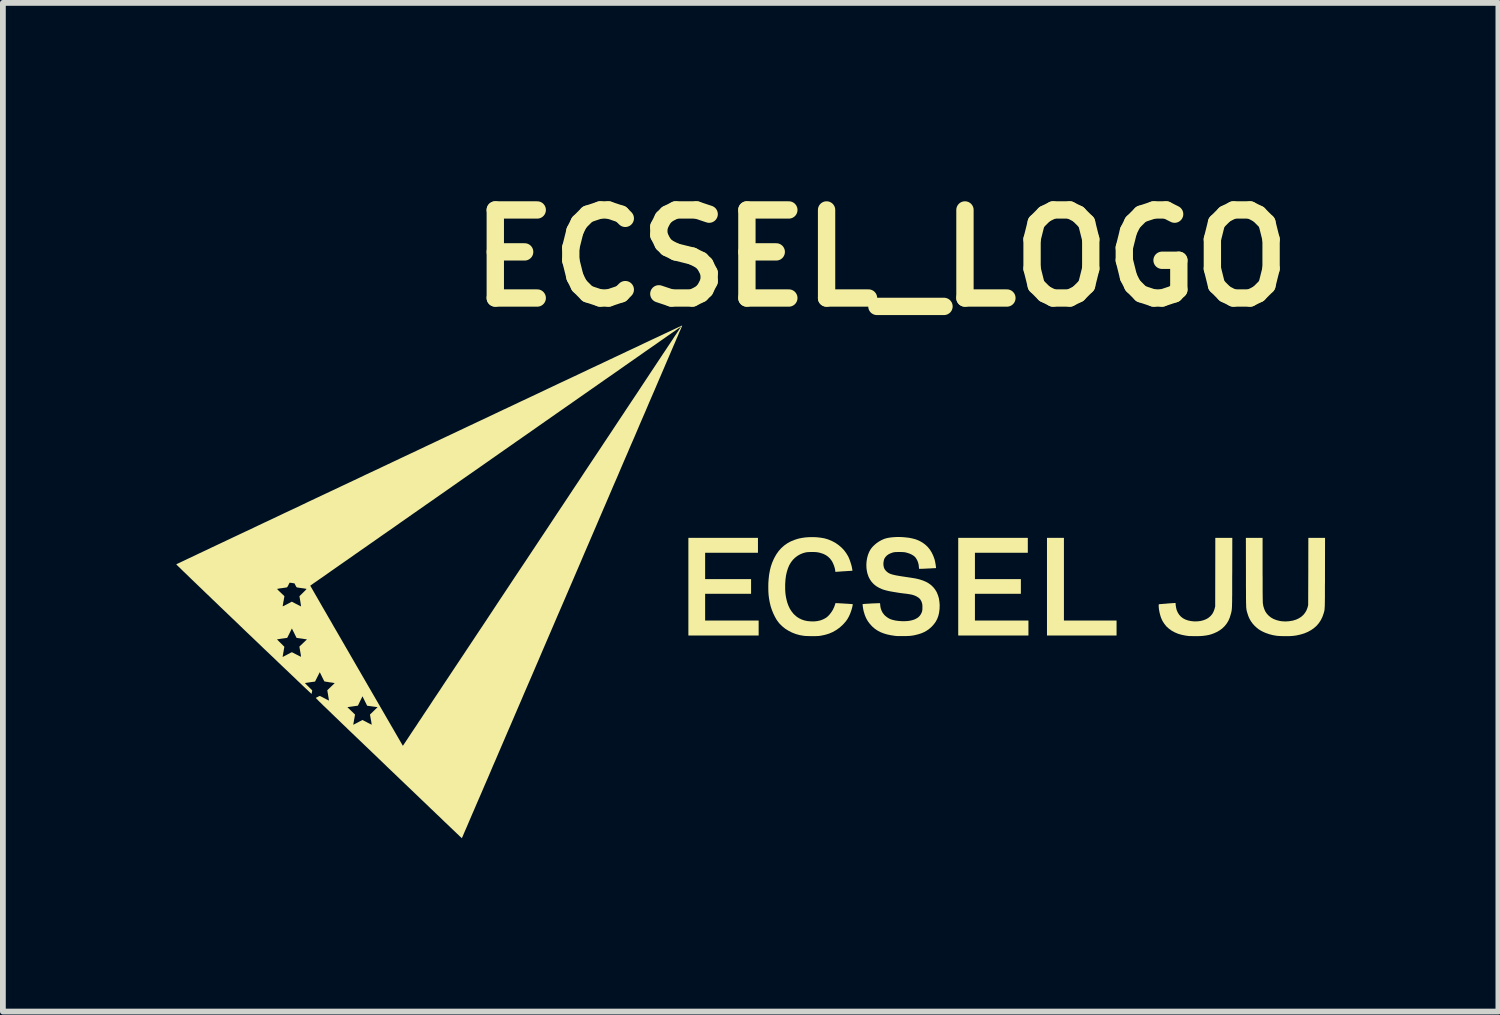
<source format=kicad_pcb>
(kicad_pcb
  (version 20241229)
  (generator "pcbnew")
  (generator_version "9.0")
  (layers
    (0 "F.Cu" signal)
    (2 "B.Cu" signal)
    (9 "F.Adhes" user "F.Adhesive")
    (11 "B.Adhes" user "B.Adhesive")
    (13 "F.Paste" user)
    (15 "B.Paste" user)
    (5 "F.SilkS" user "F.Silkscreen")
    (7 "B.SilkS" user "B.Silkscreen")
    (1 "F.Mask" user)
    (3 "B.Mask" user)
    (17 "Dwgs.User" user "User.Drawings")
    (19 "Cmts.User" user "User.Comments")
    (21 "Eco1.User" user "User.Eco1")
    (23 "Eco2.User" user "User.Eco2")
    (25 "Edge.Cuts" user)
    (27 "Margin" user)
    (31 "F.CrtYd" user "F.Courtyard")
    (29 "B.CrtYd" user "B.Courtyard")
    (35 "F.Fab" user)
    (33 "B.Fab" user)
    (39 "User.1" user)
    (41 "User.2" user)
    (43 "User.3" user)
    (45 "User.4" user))
  (footprint "ECSEL_LOGO"
    (layer "F.Cu")
    (at 9.998 7.018)
    (property "Reference" "ECSEL_LOGO" (at 2.2 -5.6 0) (layer "F.SilkS") (effects (font (size 1.524 1.524) (thickness 0.3))))
    (attr board_only exclude_from_pos_files exclude_from_bom)
    (fp_poly (pts (xy 5.364 0.671) (xy 6.275 0.671) (xy 6.275 0.93) (xy 5.071 0.93) (xy 5.071 -0.76) (xy 5.364 -0.76)) (stroke (width 0) (type solid)) (fill yes) (layer "F.SilkS"))
    (fp_poly (pts (xy 0.069 -0.502) (xy -0.845 -0.502) (xy -0.845 -0.046) (xy -0.05 -0.046) (xy -0.05 0.208) (xy -0.845 0.208) (xy -0.845 0.671) (xy 0.081 0.671) (xy 0.081 0.93) (xy -1.135 0.93) (xy -1.135 -0.76) (xy 0.069 -0.76)) (stroke (width 0) (type solid)) (fill yes) (layer "F.SilkS"))
    (fp_poly (pts (xy 4.739 -0.502) (xy 3.824 -0.502) (xy 3.824 -0.046) (xy 4.619 -0.046) (xy 4.619 0.208) (xy 3.824 0.208) (xy 3.824 0.671) (xy 4.75 0.671) (xy 4.75 0.93) (xy 3.535 0.93) (xy 3.535 -0.76) (xy 4.739 -0.76)) (stroke (width 0) (type solid)) (fill yes) (layer "F.SilkS"))
    (fp_poly (pts (xy 8.277 -0.159) (xy 8.276 -0.078) (xy 8.276 -0.004) (xy 8.276 0.063) (xy 8.276 0.124) (xy 8.276 0.178) (xy 8.276 0.227) (xy 8.275 0.27) (xy 8.275 0.308) (xy 8.275 0.342) (xy 8.274 0.372) (xy 8.273 0.397) (xy 8.273 0.42) (xy 8.272 0.439) (xy 8.271 0.456) (xy 8.27 0.471) (xy 8.268 0.484) (xy 8.267 0.495) (xy 8.265 0.506) (xy 8.263 0.516) (xy 8.261 0.526) (xy 8.259 0.536) (xy 8.256 0.546) (xy 8.253 0.557) (xy 8.252 0.56) (xy 8.234 0.62) (xy 8.211 0.674) (xy 8.181 0.723) (xy 8.146 0.767) (xy 8.106 0.806) (xy 8.059 0.841) (xy 8.005 0.872) (xy 8.004 0.872) (xy 7.962 0.891) (xy 7.919 0.907) (xy 7.874 0.92) (xy 7.826 0.929) (xy 7.774 0.936) (xy 7.717 0.94) (xy 7.654 0.941) (xy 7.635 0.941) (xy 7.608 0.941) (xy 7.583 0.94) (xy 7.561 0.94) (xy 7.543 0.94) (xy 7.531 0.939) (xy 7.527 0.939) (xy 7.517 0.938) (xy 7.501 0.936) (xy 7.483 0.933) (xy 7.471 0.932) (xy 7.403 0.918) (xy 7.34 0.9) (xy 7.281 0.875) (xy 7.228 0.846) (xy 7.18 0.811) (xy 7.137 0.772) (xy 7.101 0.727) (xy 7.07 0.678) (xy 7.062 0.662) (xy 7.045 0.623) (xy 7.031 0.579) (xy 7.019 0.532) (xy 7.01 0.485) (xy 7.005 0.44) (xy 7.004 0.412) (xy 7.004 0.4) (xy 7.006 0.393) (xy 7.009 0.39) (xy 7.016 0.388) (xy 7.017 0.388) (xy 7.023 0.387) (xy 7.036 0.386) (xy 7.054 0.385) (xy 7.076 0.383) (xy 7.102 0.381) (xy 7.13 0.379) (xy 7.158 0.376) (xy 7.187 0.374) (xy 7.214 0.372) (xy 7.239 0.37) (xy 7.261 0.369) (xy 7.277 0.367) (xy 7.289 0.367) (xy 7.293 0.367) (xy 7.296 0.37) (xy 7.297 0.381) (xy 7.297 0.383) (xy 7.298 0.4) (xy 7.301 0.422) (xy 7.305 0.446) (xy 7.31 0.468) (xy 7.315 0.487) (xy 7.316 0.491) (xy 7.335 0.534) (xy 7.359 0.571) (xy 7.389 0.604) (xy 7.424 0.631) (xy 7.465 0.653) (xy 7.511 0.669) (xy 7.563 0.68) (xy 7.618 0.686) (xy 7.673 0.685) (xy 7.726 0.679) (xy 7.775 0.667) (xy 7.82 0.65) (xy 7.861 0.627) (xy 7.896 0.598) (xy 7.91 0.584) (xy 7.933 0.555) (xy 7.952 0.52) (xy 7.968 0.479) (xy 7.972 0.465) (xy 7.982 0.426) (xy 7.983 -0.167) (xy 7.984 -0.76) (xy 8.278 -0.76)) (stroke (width 0) (type solid)) (fill yes) (layer "F.SilkS"))
    (fp_poly (pts (xy 8.802 -0.217) (xy 8.802 -0.137) (xy 8.803 -0.063) (xy 8.803 0.007) (xy 8.803 0.072) (xy 8.803 0.13) (xy 8.803 0.183) (xy 8.804 0.23) (xy 8.804 0.271) (xy 8.805 0.305) (xy 8.805 0.332) (xy 8.806 0.352) (xy 8.806 0.365) (xy 8.806 0.367) (xy 8.815 0.421) (xy 8.83 0.47) (xy 8.85 0.515) (xy 8.877 0.554) (xy 8.91 0.589) (xy 8.948 0.619) (xy 8.992 0.644) (xy 9.041 0.663) (xy 9.095 0.677) (xy 9.132 0.683) (xy 9.195 0.687) (xy 9.259 0.683) (xy 9.322 0.673) (xy 9.33 0.671) (xy 9.382 0.655) (xy 9.429 0.633) (xy 9.47 0.607) (xy 9.506 0.575) (xy 9.536 0.538) (xy 9.561 0.496) (xy 9.579 0.45) (xy 9.583 0.436) (xy 9.591 0.403) (xy 9.593 -0.178) (xy 9.594 -0.76) (xy 9.883 -0.76) (xy 9.882 -0.153) (xy 9.882 -0.072) (xy 9.882 0.001) (xy 9.881 0.068) (xy 9.881 0.129) (xy 9.881 0.183) (xy 9.881 0.231) (xy 9.881 0.274) (xy 9.88 0.312) (xy 9.88 0.345) (xy 9.879 0.374) (xy 9.879 0.399) (xy 9.878 0.421) (xy 9.877 0.44) (xy 9.876 0.456) (xy 9.875 0.47) (xy 9.874 0.482) (xy 9.873 0.492) (xy 9.871 0.502) (xy 9.869 0.51) (xy 9.867 0.518) (xy 9.865 0.527) (xy 9.862 0.535) (xy 9.859 0.545) (xy 9.858 0.55) (xy 9.837 0.609) (xy 9.81 0.664) (xy 9.777 0.714) (xy 9.738 0.76) (xy 9.693 0.8) (xy 9.642 0.836) (xy 9.586 0.867) (xy 9.524 0.893) (xy 9.458 0.913) (xy 9.386 0.929) (xy 9.336 0.936) (xy 9.311 0.938) (xy 9.281 0.94) (xy 9.246 0.941) (xy 9.209 0.941) (xy 9.171 0.941) (xy 9.134 0.94) (xy 9.101 0.939) (xy 9.072 0.937) (xy 9.054 0.936) (xy 8.982 0.924) (xy 8.913 0.906) (xy 8.849 0.883) (xy 8.815 0.868) (xy 8.772 0.846) (xy 8.734 0.822) (xy 8.699 0.794) (xy 8.667 0.765) (xy 8.63 0.724) (xy 8.6 0.683) (xy 8.575 0.639) (xy 8.554 0.591) (xy 8.543 0.555) (xy 8.539 0.544) (xy 8.536 0.533) (xy 8.533 0.524) (xy 8.53 0.514) (xy 8.528 0.505) (xy 8.526 0.496) (xy 8.524 0.485) (xy 8.522 0.474) (xy 8.521 0.46) (xy 8.519 0.445) (xy 8.518 0.428) (xy 8.518 0.408) (xy 8.517 0.384) (xy 8.516 0.357) (xy 8.516 0.326) (xy 8.515 0.291) (xy 8.515 0.251) (xy 8.515 0.206) (xy 8.515 0.156) (xy 8.514 0.099) (xy 8.514 0.037) (xy 8.514 -0.033) (xy 8.514 -0.109) (xy 8.514 -0.161) (xy 8.513 -0.76) (xy 8.802 -0.76)) (stroke (width 0) (type solid)) (fill yes) (layer "F.SilkS"))
    (fp_poly (pts (xy 1.09 -0.77) (xy 1.153 -0.763) (xy 1.213 -0.753) (xy 1.267 -0.738) (xy 1.285 -0.732) (xy 1.348 -0.706) (xy 1.407 -0.675) (xy 1.462 -0.637) (xy 1.512 -0.595) (xy 1.557 -0.548) (xy 1.596 -0.496) (xy 1.629 -0.442) (xy 1.636 -0.427) (xy 1.648 -0.4) (xy 1.66 -0.369) (xy 1.671 -0.335) (xy 1.682 -0.301) (xy 1.691 -0.268) (xy 1.697 -0.237) (xy 1.702 -0.211) (xy 1.703 -0.205) (xy 1.704 -0.191) (xy 1.578 -0.183) (xy 1.547 -0.181) (xy 1.517 -0.179) (xy 1.49 -0.177) (xy 1.466 -0.175) (xy 1.448 -0.174) (xy 1.435 -0.173) (xy 1.431 -0.173) (xy 1.409 -0.171) (xy 1.407 -0.191) (xy 1.399 -0.234) (xy 1.385 -0.279) (xy 1.367 -0.323) (xy 1.346 -0.362) (xy 1.342 -0.367) (xy 1.314 -0.404) (xy 1.281 -0.435) (xy 1.244 -0.461) (xy 1.202 -0.482) (xy 1.154 -0.498) (xy 1.123 -0.506) (xy 1.107 -0.509) (xy 1.092 -0.511) (xy 1.077 -0.513) (xy 1.059 -0.514) (xy 1.037 -0.515) (xy 1.009 -0.515) (xy 1.003 -0.515) (xy 0.975 -0.515) (xy 0.952 -0.514) (xy 0.934 -0.513) (xy 0.919 -0.512) (xy 0.906 -0.51) (xy 0.892 -0.507) (xy 0.889 -0.507) (xy 0.842 -0.493) (xy 0.799 -0.475) (xy 0.759 -0.452) (xy 0.756 -0.451) (xy 0.713 -0.418) (xy 0.674 -0.38) (xy 0.64 -0.336) (xy 0.611 -0.287) (xy 0.588 -0.233) (xy 0.569 -0.172) (xy 0.554 -0.106) (xy 0.545 -0.035) (xy 0.54 0.043) (xy 0.54 0.083) (xy 0.54 0.128) (xy 0.542 0.168) (xy 0.545 0.205) (xy 0.55 0.242) (xy 0.557 0.28) (xy 0.558 0.286) (xy 0.574 0.352) (xy 0.596 0.413) (xy 0.622 0.468) (xy 0.654 0.517) (xy 0.69 0.561) (xy 0.732 0.598) (xy 0.741 0.606) (xy 0.782 0.632) (xy 0.825 0.653) (xy 0.872 0.669) (xy 0.924 0.68) (xy 0.98 0.685) (xy 0.986 0.686) (xy 1.044 0.686) (xy 1.099 0.68) (xy 1.151 0.668) (xy 1.198 0.65) (xy 1.241 0.627) (xy 1.252 0.62) (xy 1.283 0.594) (xy 1.313 0.561) (xy 1.341 0.524) (xy 1.366 0.484) (xy 1.386 0.441) (xy 1.402 0.399) (xy 1.403 0.395) (xy 1.41 0.37) (xy 1.429 0.37) (xy 1.44 0.371) (xy 1.457 0.371) (xy 1.478 0.372) (xy 1.503 0.374) (xy 1.53 0.375) (xy 1.558 0.377) (xy 1.587 0.379) (xy 1.615 0.38) (xy 1.641 0.382) (xy 1.664 0.384) (xy 1.684 0.385) (xy 1.698 0.387) (xy 1.707 0.387) (xy 1.709 0.388) (xy 1.71 0.393) (xy 1.708 0.404) (xy 1.705 0.42) (xy 1.701 0.439) (xy 1.695 0.461) (xy 1.689 0.483) (xy 1.682 0.504) (xy 1.663 0.557) (xy 1.641 0.604) (xy 1.617 0.647) (xy 1.588 0.687) (xy 1.554 0.726) (xy 1.536 0.745) (xy 1.483 0.793) (xy 1.426 0.834) (xy 1.365 0.869) (xy 1.3 0.897) (xy 1.231 0.918) (xy 1.159 0.933) (xy 1.125 0.938) (xy 1.105 0.939) (xy 1.08 0.94) (xy 1.05 0.941) (xy 1.018 0.941) (xy 0.984 0.941) (xy 0.951 0.94) (xy 0.92 0.939) (xy 0.892 0.938) (xy 0.87 0.936) (xy 0.861 0.935) (xy 0.791 0.923) (xy 0.723 0.904) (xy 0.659 0.879) (xy 0.598 0.848) (xy 0.542 0.813) (xy 0.491 0.772) (xy 0.445 0.727) (xy 0.426 0.704) (xy 0.392 0.658) (xy 0.362 0.605) (xy 0.334 0.547) (xy 0.309 0.485) (xy 0.288 0.42) (xy 0.272 0.352) (xy 0.261 0.291) (xy 0.253 0.228) (xy 0.249 0.161) (xy 0.248 0.091) (xy 0.249 0.021) (xy 0.254 -0.048) (xy 0.261 -0.114) (xy 0.265 -0.139) (xy 0.278 -0.207) (xy 0.294 -0.269) (xy 0.315 -0.33) (xy 0.341 -0.39) (xy 0.351 -0.411) (xy 0.386 -0.473) (xy 0.426 -0.53) (xy 0.471 -0.581) (xy 0.521 -0.626) (xy 0.576 -0.665) (xy 0.636 -0.698) (xy 0.701 -0.725) (xy 0.771 -0.747) (xy 0.83 -0.759) (xy 0.893 -0.768) (xy 0.959 -0.772) (xy 1.025 -0.773)) (stroke (width 0) (type solid)) (fill yes) (layer "F.SilkS"))
    (fp_poly (pts (xy 2.567 -0.773) (xy 2.626 -0.768) (xy 2.684 -0.761) (xy 2.74 -0.75) (xy 2.74 -0.75) (xy 2.803 -0.733) (xy 2.861 -0.709) (xy 2.915 -0.679) (xy 2.963 -0.644) (xy 3.007 -0.603) (xy 3.045 -0.556) (xy 3.077 -0.504) (xy 3.104 -0.447) (xy 3.126 -0.386) (xy 3.135 -0.347) (xy 3.137 -0.336) (xy 3.14 -0.32) (xy 3.143 -0.302) (xy 3.146 -0.284) (xy 3.148 -0.266) (xy 3.15 -0.252) (xy 3.151 -0.241) (xy 3.151 -0.237) (xy 3.151 -0.237) (xy 3.148 -0.236) (xy 3.137 -0.236) (xy 3.121 -0.235) (xy 3.1 -0.234) (xy 3.076 -0.233) (xy 3.049 -0.231) (xy 3.021 -0.23) (xy 2.993 -0.229) (xy 2.966 -0.227) (xy 2.94 -0.226) (xy 2.917 -0.225) (xy 2.898 -0.224) (xy 2.884 -0.224) (xy 2.877 -0.224) (xy 2.877 -0.224) (xy 2.857 -0.224) (xy 2.854 -0.258) (xy 2.849 -0.3) (xy 2.838 -0.34) (xy 2.823 -0.376) (xy 2.804 -0.408) (xy 2.792 -0.424) (xy 2.767 -0.447) (xy 2.736 -0.467) (xy 2.699 -0.485) (xy 2.658 -0.499) (xy 2.628 -0.507) (xy 2.614 -0.51) (xy 2.6 -0.512) (xy 2.585 -0.513) (xy 2.567 -0.514) (xy 2.544 -0.515) (xy 2.516 -0.515) (xy 2.512 -0.515) (xy 2.484 -0.515) (xy 2.462 -0.514) (xy 2.445 -0.514) (xy 2.432 -0.512) (xy 2.42 -0.51) (xy 2.408 -0.508) (xy 2.402 -0.506) (xy 2.362 -0.492) (xy 2.327 -0.474) (xy 2.297 -0.452) (xy 2.274 -0.427) (xy 2.256 -0.398) (xy 2.247 -0.369) (xy 2.24 -0.325) (xy 2.241 -0.285) (xy 2.248 -0.249) (xy 2.257 -0.226) (xy 2.273 -0.201) (xy 2.295 -0.178) (xy 2.321 -0.157) (xy 2.343 -0.145) (xy 2.358 -0.138) (xy 2.375 -0.132) (xy 2.394 -0.126) (xy 2.416 -0.12) (xy 2.443 -0.114) (xy 2.473 -0.108) (xy 2.509 -0.102) (xy 2.55 -0.095) (xy 2.597 -0.088) (xy 2.65 -0.08) (xy 2.71 -0.071) (xy 2.724 -0.069) (xy 2.797 -0.057) (xy 2.864 -0.041) (xy 2.923 -0.022) (xy 2.977 0.001) (xy 3.025 0.028) (xy 3.067 0.059) (xy 3.103 0.094) (xy 3.134 0.133) (xy 3.161 0.177) (xy 3.164 0.184) (xy 3.184 0.232) (xy 3.2 0.286) (xy 3.209 0.343) (xy 3.214 0.403) (xy 3.212 0.465) (xy 3.211 0.479) (xy 3.203 0.539) (xy 3.19 0.593) (xy 3.171 0.643) (xy 3.147 0.689) (xy 3.116 0.732) (xy 3.079 0.774) (xy 3.071 0.782) (xy 3.032 0.816) (xy 2.991 0.845) (xy 2.947 0.87) (xy 2.899 0.891) (xy 2.846 0.908) (xy 2.787 0.923) (xy 2.755 0.929) (xy 2.737 0.932) (xy 2.721 0.934) (xy 2.705 0.936) (xy 2.689 0.937) (xy 2.669 0.938) (xy 2.646 0.939) (xy 2.618 0.94) (xy 2.591 0.94) (xy 2.545 0.94) (xy 2.505 0.94) (xy 2.473 0.939) (xy 2.448 0.937) (xy 2.441 0.936) (xy 2.368 0.925) (xy 2.303 0.911) (xy 2.243 0.893) (xy 2.188 0.871) (xy 2.139 0.845) (xy 2.093 0.814) (xy 2.052 0.779) (xy 2.045 0.772) (xy 2.004 0.727) (xy 1.969 0.68) (xy 1.941 0.63) (xy 1.918 0.575) (xy 1.901 0.518) (xy 1.896 0.5) (xy 1.892 0.48) (xy 1.888 0.458) (xy 1.885 0.437) (xy 1.882 0.418) (xy 1.881 0.403) (xy 1.88 0.392) (xy 1.881 0.387) (xy 1.885 0.386) (xy 1.896 0.385) (xy 1.913 0.383) (xy 1.934 0.382) (xy 1.959 0.38) (xy 1.987 0.379) (xy 2.016 0.377) (xy 2.045 0.375) (xy 2.074 0.374) (xy 2.102 0.373) (xy 2.127 0.372) (xy 2.148 0.371) (xy 2.165 0.371) (xy 2.176 0.371) (xy 2.181 0.371) (xy 2.181 0.371) (xy 2.182 0.377) (xy 2.184 0.388) (xy 2.185 0.402) (xy 2.185 0.408) (xy 2.192 0.453) (xy 2.206 0.495) (xy 2.226 0.535) (xy 2.254 0.571) (xy 2.265 0.583) (xy 2.295 0.608) (xy 2.327 0.63) (xy 2.364 0.648) (xy 2.405 0.661) (xy 2.45 0.671) (xy 2.502 0.678) (xy 2.56 0.682) (xy 2.566 0.682) (xy 2.618 0.682) (xy 2.663 0.679) (xy 2.704 0.673) (xy 2.742 0.664) (xy 2.778 0.652) (xy 2.803 0.64) (xy 2.838 0.619) (xy 2.866 0.593) (xy 2.888 0.562) (xy 2.905 0.527) (xy 2.908 0.515) (xy 2.912 0.501) (xy 2.914 0.484) (xy 2.915 0.463) (xy 2.915 0.442) (xy 2.915 0.412) (xy 2.912 0.387) (xy 2.907 0.365) (xy 2.9 0.345) (xy 2.889 0.323) (xy 2.873 0.298) (xy 2.849 0.276) (xy 2.819 0.257) (xy 2.804 0.249) (xy 2.787 0.241) (xy 2.77 0.235) (xy 2.753 0.229) (xy 2.734 0.224) (xy 2.712 0.219) (xy 2.686 0.215) (xy 2.655 0.21) (xy 2.618 0.205) (xy 2.597 0.203) (xy 2.521 0.193) (xy 2.453 0.182) (xy 2.392 0.172) (xy 2.338 0.162) (xy 2.292 0.151) (xy 2.252 0.14) (xy 2.222 0.13) (xy 2.168 0.106) (xy 2.118 0.077) (xy 2.075 0.043) (xy 2.038 0.004) (xy 2.008 -0.039) (xy 1.983 -0.087) (xy 1.965 -0.139) (xy 1.956 -0.175) (xy 1.947 -0.236) (xy 1.945 -0.296) (xy 1.949 -0.356) (xy 1.959 -0.414) (xy 1.974 -0.468) (xy 1.995 -0.52) (xy 2.02 -0.564) (xy 2.047 -0.599) (xy 2.081 -0.633) (xy 2.119 -0.666) (xy 2.161 -0.695) (xy 2.205 -0.72) (xy 2.25 -0.74) (xy 2.258 -0.743) (xy 2.298 -0.755) (xy 2.345 -0.764) (xy 2.396 -0.77) (xy 2.451 -0.774) (xy 2.509 -0.775)) (stroke (width 0) (type solid)) (fill yes) (layer "F.SilkS"))
    (fp_poly (pts (xy -1.243 -4.431) (xy -1.244 -4.429) (xy -1.246 -4.424) (xy -1.251 -4.413) (xy -1.258 -4.394) (xy -1.269 -4.369) (xy -1.283 -4.338) (xy -1.299 -4.301) (xy -1.317 -4.257) (xy -1.339 -4.207) (xy -1.362 -4.152) (xy -1.389 -4.091) (xy -1.417 -4.025) (xy -1.448 -3.953) (xy -1.481 -3.876) (xy -1.516 -3.795) (xy -1.553 -3.708) (xy -1.592 -3.617) (xy -1.633 -3.522) (xy -1.676 -3.422) (xy -1.72 -3.318) (xy -1.767 -3.21) (xy -1.815 -3.099) (xy -1.864 -2.983) (xy -1.915 -2.865) (xy -1.968 -2.743) (xy -2.021 -2.618) (xy -2.076 -2.489) (xy -2.133 -2.359) (xy -2.19 -2.225) (xy -2.249 -2.089) (xy -2.308 -1.951) (xy -2.368 -1.81) (xy -2.43 -1.668) (xy -2.492 -1.523) (xy -2.554 -1.378) (xy -2.618 -1.23) (xy -2.682 -1.081) (xy -2.746 -0.931) (xy -2.811 -0.78) (xy -2.876 -0.629) (xy -2.942 -0.476) (xy -3.007 -0.323) (xy -3.073 -0.17) (xy -3.139 -0.016) (xy -3.205 0.137) (xy -3.271 0.291) (xy -3.337 0.444) (xy -3.403 0.596) (xy -3.468 0.748) (xy -3.533 0.899) (xy -3.598 1.05) (xy -3.662 1.199) (xy -3.725 1.347) (xy -3.788 1.493) (xy -3.85 1.638) (xy -3.912 1.781) (xy -3.973 1.922) (xy -4.032 2.061) (xy -4.091 2.197) (xy -4.149 2.332) (xy -4.205 2.463) (xy -4.261 2.592) (xy -4.315 2.718) (xy -4.368 2.841) (xy -4.419 2.96) (xy -4.469 3.077) (xy -4.518 3.189) (xy -4.564 3.298) (xy -4.609 3.403) (xy -4.653 3.504) (xy -4.694 3.6) (xy -4.734 3.693) (xy -4.772 3.78) (xy -4.808 3.863) (xy -4.841 3.941) (xy -4.873 4.014) (xy -4.902 4.082) (xy -4.929 4.145) (xy -4.953 4.201) (xy -4.975 4.253) (xy -4.995 4.298) (xy -5.012 4.337) (xy -5.026 4.37) (xy -5.037 4.397) (xy -5.046 4.417) (xy -5.052 4.43) (xy -5.055 4.437) (xy -5.055 4.438) (xy -5.058 4.435) (xy -5.066 4.427) (xy -5.08 4.415) (xy -5.098 4.398) (xy -5.12 4.376) (xy -5.147 4.351) (xy -5.178 4.321) (xy -5.213 4.288) (xy -5.251 4.252) (xy -5.292 4.212) (xy -5.337 4.17) (xy -5.384 4.125) (xy -5.433 4.077) (xy -5.485 4.028) (xy -5.539 3.976) (xy -5.594 3.924) (xy -5.636 3.883) (xy -5.763 3.762) (xy -5.884 3.646) (xy -6 3.535) (xy -6.111 3.429) (xy -6.216 3.328) (xy -6.317 3.232) (xy -6.412 3.14) (xy -6.503 3.053) (xy -6.589 2.97) (xy -6.671 2.892) (xy -6.748 2.818) (xy -6.821 2.748) (xy -6.89 2.682) (xy -6.955 2.62) (xy -7.016 2.562) (xy -7.072 2.507) (xy -7.126 2.456) (xy -7.175 2.408) (xy -7.221 2.364) (xy -7.264 2.323) (xy -7.303 2.285) (xy -7.339 2.25) (xy -7.372 2.218) (xy -7.402 2.189) (xy -7.422 2.17) (xy -7.036 2.17) (xy -6.97 2.234) (xy -6.904 2.298) (xy -6.917 2.373) (xy -6.922 2.397) (xy -6.925 2.419) (xy -6.929 2.438) (xy -6.931 2.453) (xy -6.933 2.461) (xy -6.933 2.461) (xy -6.934 2.47) (xy -6.933 2.474) (xy -6.932 2.474) (xy -6.928 2.472) (xy -6.919 2.467) (xy -6.904 2.46) (xy -6.886 2.45) (xy -6.864 2.439) (xy -6.853 2.433) (xy -6.831 2.421) (xy -6.811 2.411) (xy -6.795 2.403) (xy -6.783 2.396) (xy -6.776 2.393) (xy -6.775 2.393) (xy -6.771 2.394) (xy -6.761 2.399) (xy -6.747 2.407) (xy -6.728 2.416) (xy -6.707 2.427) (xy -6.695 2.434) (xy -6.673 2.445) (xy -6.653 2.455) (xy -6.636 2.464) (xy -6.624 2.47) (xy -6.617 2.473) (xy -6.616 2.473) (xy -6.616 2.469) (xy -6.618 2.458) (xy -6.62 2.442) (xy -6.623 2.422) (xy -6.627 2.398) (xy -6.63 2.385) (xy -6.645 2.298) (xy -6.579 2.234) (xy -6.513 2.17) (xy -6.694 2.145) (xy -6.735 2.063) (xy -6.775 1.982) (xy -6.815 2.063) (xy -6.854 2.144) (xy -6.945 2.157) (xy -7.036 2.17) (xy -7.422 2.17) (xy -7.43 2.162) (xy -7.455 2.139) (xy -7.477 2.117) (xy -7.496 2.098) (xy -7.514 2.081) (xy -7.529 2.066) (xy -7.542 2.053) (xy -7.552 2.042) (xy -7.561 2.033) (xy -7.569 2.026) (xy -7.574 2.02) (xy -7.578 2.015) (xy -7.581 2.012) (xy -7.582 2.011) (xy -7.582 2.01) (xy -7.575 2.006) (xy -7.564 1.999) (xy -7.55 1.993) (xy -7.537 1.986) (xy -7.525 1.98) (xy -7.516 1.977) (xy -7.514 1.976) (xy -7.509 1.978) (xy -7.499 1.982) (xy -7.484 1.99) (xy -7.465 1.999) (xy -7.444 2.011) (xy -7.433 2.016) (xy -7.411 2.028) (xy -7.392 2.038) (xy -7.375 2.046) (xy -7.364 2.052) (xy -7.357 2.055) (xy -7.356 2.055) (xy -7.356 2.051) (xy -7.357 2.04) (xy -7.36 2.024) (xy -7.363 2.004) (xy -7.367 1.98) (xy -7.369 1.966) (xy -7.384 1.878) (xy -7.319 1.815) (xy -7.3 1.797) (xy -7.284 1.782) (xy -7.271 1.769) (xy -7.262 1.759) (xy -7.257 1.753) (xy -7.257 1.752) (xy -7.263 1.751) (xy -7.275 1.75) (xy -7.291 1.747) (xy -7.311 1.744) (xy -7.333 1.741) (xy -7.355 1.738) (xy -7.377 1.734) (xy -7.398 1.731) (xy -7.414 1.728) (xy -7.427 1.726) (xy -7.433 1.725) (xy -7.434 1.725) (xy -7.436 1.721) (xy -7.441 1.711) (xy -7.449 1.697) (xy -7.458 1.678) (xy -7.469 1.657) (xy -7.475 1.644) (xy -7.514 1.565) (xy -7.555 1.646) (xy -7.596 1.727) (xy -7.683 1.739) (xy -7.707 1.743) (xy -7.73 1.746) (xy -7.748 1.749) (xy -7.762 1.751) (xy -7.769 1.753) (xy -7.771 1.753) (xy -7.768 1.756) (xy -7.761 1.764) (xy -7.75 1.775) (xy -7.736 1.79) (xy -7.719 1.806) (xy -7.708 1.817) (xy -7.645 1.879) (xy -7.649 1.907) (xy -7.652 1.922) (xy -7.654 1.933) (xy -7.656 1.94) (xy -7.656 1.94) (xy -7.659 1.938) (xy -7.667 1.931) (xy -7.681 1.918) (xy -7.699 1.901) (xy -7.722 1.879) (xy -7.749 1.854) (xy -7.781 1.824) (xy -7.817 1.79) (xy -7.856 1.752) (xy -7.899 1.712) (xy -7.945 1.667) (xy -7.995 1.62) (xy -8.047 1.57) (xy -8.102 1.518) (xy -8.16 1.463) (xy -8.22 1.406) (xy -8.281 1.347) (xy -8.345 1.286) (xy -8.41 1.224) (xy -8.477 1.161) (xy -8.544 1.096) (xy -8.613 1.03) (xy -8.648 0.997) (xy -8.255 0.997) (xy -8.127 1.125) (xy -8.141 1.206) (xy -8.145 1.23) (xy -8.149 1.253) (xy -8.152 1.271) (xy -8.155 1.285) (xy -8.156 1.293) (xy -8.156 1.294) (xy -8.157 1.299) (xy -8.156 1.3) (xy -8.152 1.299) (xy -8.142 1.294) (xy -8.127 1.286) (xy -8.109 1.277) (xy -8.088 1.266) (xy -8.077 1.26) (xy -8.054 1.248) (xy -8.034 1.238) (xy -8.018 1.229) (xy -8.005 1.223) (xy -7.998 1.22) (xy -7.997 1.219) (xy -7.993 1.221) (xy -7.983 1.226) (xy -7.968 1.233) (xy -7.95 1.243) (xy -7.928 1.254) (xy -7.917 1.26) (xy -7.895 1.271) (xy -7.875 1.281) (xy -7.858 1.29) (xy -7.846 1.295) (xy -7.839 1.298) (xy -7.838 1.299) (xy -7.839 1.295) (xy -7.84 1.284) (xy -7.842 1.268) (xy -7.845 1.248) (xy -7.849 1.224) (xy -7.852 1.21) (xy -7.867 1.122) (xy -7.736 0.997) (xy -7.764 0.993) (xy -7.779 0.991) (xy -7.798 0.988) (xy -7.821 0.984) (xy -7.845 0.981) (xy -7.854 0.98) (xy -7.916 0.971) (xy -7.956 0.89) (xy -7.997 0.808) (xy -8.037 0.89) (xy -8.078 0.971) (xy -8.127 0.978) (xy -8.15 0.981) (xy -8.176 0.985) (xy -8.2 0.988) (xy -8.215 0.991) (xy -8.255 0.997) (xy -8.648 0.997) (xy -8.682 0.964) (xy -8.752 0.898) (xy -8.822 0.831) (xy -8.891 0.764) (xy -8.961 0.697) (xy -9.03 0.631) (xy -9.099 0.565) (xy -9.167 0.5) (xy -9.234 0.436) (xy -9.299 0.373) (xy -9.363 0.312) (xy -9.425 0.252) (xy -9.485 0.195) (xy -9.543 0.139) (xy -9.557 0.125) (xy -8.25 0.125) (xy -8.248 0.129) (xy -8.244 0.135) (xy -8.236 0.144) (xy -8.223 0.156) (xy -8.206 0.173) (xy -8.191 0.187) (xy -8.126 0.249) (xy -8.14 0.33) (xy -8.145 0.355) (xy -8.148 0.377) (xy -8.152 0.396) (xy -8.154 0.411) (xy -8.156 0.419) (xy -8.156 0.42) (xy -8.156 0.423) (xy -8.155 0.424) (xy -8.15 0.423) (xy -8.142 0.42) (xy -8.129 0.414) (xy -8.111 0.404) (xy -8.097 0.397) (xy -8.076 0.386) (xy -8.055 0.375) (xy -8.037 0.366) (xy -8.024 0.358) (xy -8.017 0.355) (xy -7.998 0.344) (xy -7.919 0.386) (xy -7.896 0.397) (xy -7.876 0.408) (xy -7.859 0.416) (xy -7.847 0.422) (xy -7.84 0.426) (xy -7.838 0.426) (xy -7.838 0.422) (xy -7.84 0.412) (xy -7.842 0.396) (xy -7.845 0.375) (xy -7.849 0.352) (xy -7.851 0.337) (xy -7.866 0.25) (xy -7.802 0.187) (xy -7.781 0.166) (xy -7.766 0.151) (xy -7.755 0.139) (xy -7.748 0.131) (xy -7.745 0.126) (xy -7.744 0.123) (xy -7.746 0.122) (xy -7.746 0.122) (xy -7.753 0.121) (xy -7.765 0.119) (xy -7.783 0.116) (xy -7.804 0.113) (xy -7.826 0.11) (xy -7.849 0.107) (xy -7.871 0.104) (xy -7.888 0.101) (xy -7.901 0.099) (xy -7.907 0.098) (xy -7.913 0.096) (xy -7.918 0.09) (xy -7.925 0.08) (xy -7.931 0.068) (xy -7.679 0.068) (xy -7.677 0.071) (xy -7.671 0.081) (xy -7.662 0.097) (xy -7.649 0.119) (xy -7.633 0.147) (xy -7.614 0.18) (xy -7.592 0.219) (xy -7.566 0.263) (xy -7.538 0.312) (xy -7.507 0.366) (xy -7.474 0.424) (xy -7.438 0.486) (xy -7.399 0.553) (xy -7.359 0.623) (xy -7.316 0.696) (xy -7.272 0.774) (xy -7.225 0.854) (xy -7.177 0.937) (xy -7.127 1.023) (xy -7.076 1.112) (xy -7.023 1.203) (xy -6.97 1.295) (xy -6.915 1.39) (xy -6.878 1.454) (xy -6.076 2.839) (xy -6.023 2.76) (xy -6.019 2.753) (xy -6.01 2.74) (xy -5.997 2.721) (xy -5.981 2.696) (xy -5.96 2.665) (xy -5.936 2.628) (xy -5.908 2.586) (xy -5.876 2.538) (xy -5.84 2.485) (xy -5.802 2.426) (xy -5.759 2.363) (xy -5.714 2.294) (xy -5.665 2.221) (xy -5.613 2.143) (xy -5.559 2.06) (xy -5.501 1.973) (xy -5.44 1.882) (xy -5.377 1.786) (xy -5.311 1.687) (xy -5.242 1.583) (xy -5.171 1.476) (xy -5.097 1.365) (xy -5.021 1.251) (xy -4.943 1.133) (xy -4.863 1.013) (xy -4.781 0.889) (xy -4.696 0.762) (xy -4.61 0.632) (xy -4.522 0.499) (xy -4.433 0.364) (xy -4.342 0.227) (xy -4.249 0.087) (xy -4.155 -0.055) (xy -4.059 -0.199) (xy -3.962 -0.344) (xy -3.864 -0.492) (xy -3.765 -0.641) (xy -3.665 -0.792) (xy -3.614 -0.868) (xy -3.514 -1.019) (xy -3.415 -1.169) (xy -3.317 -1.316) (xy -3.22 -1.462) (xy -3.125 -1.606) (xy -3.03 -1.748) (xy -2.938 -1.888) (xy -2.847 -2.025) (xy -2.757 -2.16) (xy -2.669 -2.292) (xy -2.583 -2.422) (xy -2.499 -2.548) (xy -2.417 -2.672) (xy -2.337 -2.793) (xy -2.259 -2.91) (xy -2.184 -3.024) (xy -2.11 -3.135) (xy -2.039 -3.241) (xy -1.971 -3.344) (xy -1.905 -3.444) (xy -1.842 -3.539) (xy -1.782 -3.63) (xy -1.724 -3.717) (xy -1.67 -3.799) (xy -1.618 -3.877) (xy -1.57 -3.95) (xy -1.524 -4.018) (xy -1.482 -4.082) (xy -1.443 -4.14) (xy -1.408 -4.193) (xy -1.377 -4.241) (xy -1.348 -4.284) (xy -1.324 -4.32) (xy -1.303 -4.352) (xy -1.287 -4.377) (xy -1.274 -4.396) (xy -1.265 -4.41) (xy -1.261 -4.417) (xy -1.26 -4.418) (xy -1.263 -4.416) (xy -1.272 -4.409) (xy -1.288 -4.398) (xy -1.309 -4.384) (xy -1.336 -4.365) (xy -1.368 -4.342) (xy -1.406 -4.316) (xy -1.449 -4.286) (xy -1.497 -4.253) (xy -1.549 -4.216) (xy -1.607 -4.176) (xy -1.669 -4.132) (xy -1.735 -4.086) (xy -1.806 -4.037) (xy -1.881 -3.985) (xy -1.959 -3.93) (xy -2.042 -3.872) (xy -2.128 -3.812) (xy -2.217 -3.75) (xy -2.309 -3.685) (xy -2.405 -3.618) (xy -2.504 -3.549) (xy -2.605 -3.479) (xy -2.709 -3.406) (xy -2.815 -3.332) (xy -2.924 -3.256) (xy -3.034 -3.179) (xy -3.147 -3.1) (xy -3.262 -3.02) (xy -3.378 -2.939) (xy -3.495 -2.857) (xy -3.614 -2.774) (xy -3.734 -2.69) (xy -3.855 -2.605) (xy -3.977 -2.52) (xy -4.099 -2.435) (xy -4.222 -2.349) (xy -4.345 -2.263) (xy -4.468 -2.177) (xy -4.592 -2.09) (xy -4.715 -2.004) (xy -4.838 -1.918) (xy -4.96 -1.833) (xy -5.082 -1.748) (xy -5.203 -1.663) (xy -5.323 -1.579) (xy -5.442 -1.496) (xy -5.559 -1.414) (xy -5.676 -1.333) (xy -5.79 -1.253) (xy -5.903 -1.174) (xy -6.013 -1.097) (xy -6.122 -1.021) (xy -6.228 -0.946) (xy -6.332 -0.874) (xy -6.434 -0.803) (xy -6.532 -0.734) (xy -6.628 -0.667) (xy -6.721 -0.602) (xy -6.81 -0.54) (xy -6.896 -0.48) (xy -6.978 -0.422) (xy -7.057 -0.367) (xy -7.132 -0.315) (xy -7.202 -0.266) (xy -7.269 -0.219) (xy -7.331 -0.176) (xy -7.389 -0.135) (xy -7.441 -0.098) (xy -7.489 -0.065) (xy -7.532 -0.035) (xy -7.57 -0.008) (xy -7.603 0.014) (xy -7.63 0.033) (xy -7.651 0.048) (xy -7.666 0.059) (xy -7.676 0.066) (xy -7.679 0.068) (xy -7.931 0.068) (xy -7.933 0.065) (xy -7.934 0.062) (xy -7.951 0.028) (xy -7.993 0.021) (xy -8.01 0.019) (xy -8.024 0.017) (xy -8.033 0.016) (xy -8.036 0.016) (xy -8.038 0.02) (xy -8.043 0.029) (xy -8.05 0.042) (xy -8.057 0.057) (xy -8.066 0.074) (xy -8.073 0.086) (xy -8.078 0.093) (xy -8.083 0.097) (xy -8.087 0.098) (xy -8.095 0.099) (xy -8.108 0.101) (xy -8.126 0.104) (xy -8.148 0.107) (xy -8.168 0.11) (xy -8.191 0.113) (xy -8.211 0.116) (xy -8.229 0.119) (xy -8.241 0.121) (xy -8.247 0.122) (xy -8.249 0.123) (xy -8.25 0.125) (xy -9.557 0.125) (xy -9.598 0.086) (xy -9.651 0.035) (xy -9.701 -0.013) (xy -9.748 -0.058) (xy -9.791 -0.1) (xy -9.831 -0.139) (xy -9.868 -0.174) (xy -9.9 -0.205) (xy -9.928 -0.233) (xy -9.952 -0.256) (xy -9.971 -0.274) (xy -9.985 -0.288) (xy -9.994 -0.298) (xy -9.998 -0.302) (xy -9.998 -0.302) (xy -9.994 -0.304) (xy -9.984 -0.309) (xy -9.967 -0.317) (xy -9.943 -0.328) (xy -9.914 -0.342) (xy -9.878 -0.359) (xy -9.836 -0.379) (xy -9.788 -0.402) (xy -9.734 -0.427) (xy -9.675 -0.455) (xy -9.611 -0.486) (xy -9.541 -0.519) (xy -9.466 -0.554) (xy -9.387 -0.592) (xy -9.302 -0.632) (xy -9.213 -0.674) (xy -9.12 -0.718) (xy -9.023 -0.764) (xy -8.921 -0.812) (xy -8.815 -0.862) (xy -8.706 -0.913) (xy -8.593 -0.967) (xy -8.477 -1.022) (xy -8.357 -1.078) (xy -8.235 -1.136) (xy -8.109 -1.196) (xy -7.98 -1.256) (xy -7.849 -1.318) (xy -7.716 -1.382) (xy -7.58 -1.446) (xy -7.442 -1.511) (xy -7.302 -1.577) (xy -7.16 -1.644) (xy -7.016 -1.712) (xy -6.871 -1.78) (xy -6.725 -1.85) (xy -6.577 -1.919) (xy -6.429 -1.989) (xy -6.279 -2.06) (xy -6.129 -2.131) (xy -5.978 -2.202) (xy -5.827 -2.273) (xy -5.676 -2.345) (xy -5.525 -2.416) (xy -5.373 -2.488) (xy -5.222 -2.559) (xy -5.072 -2.63) (xy -4.922 -2.701) (xy -4.773 -2.771) (xy -4.624 -2.841) (xy -4.477 -2.911) (xy -4.331 -2.98) (xy -4.186 -3.048) (xy -4.043 -3.116) (xy -3.902 -3.182) (xy -3.762 -3.248) (xy -3.625 -3.313) (xy -3.49 -3.377) (xy -3.357 -3.44) (xy -3.226 -3.501) (xy -3.099 -3.561) (xy -2.974 -3.62) (xy -2.852 -3.678) (xy -2.733 -3.734) (xy -2.618 -3.788) (xy -2.506 -3.841) (xy -2.398 -3.892) (xy -2.293 -3.941) (xy -2.193 -3.989) (xy -2.096 -4.034) (xy -2.004 -4.077) (xy -1.917 -4.119) (xy -1.834 -4.158) (xy -1.756 -4.195) (xy -1.682 -4.229) (xy -1.614 -4.261) (xy -1.551 -4.291) (xy -1.494 -4.318) (xy -1.442 -4.342) (xy -1.395 -4.364) (xy -1.355 -4.383) (xy -1.321 -4.399) (xy -1.293 -4.412) (xy -1.271 -4.422) (xy -1.256 -4.429) (xy -1.248 -4.433) (xy -1.246 -4.434)) (stroke (width 0) (type solid)) (fill yes) (layer "F.SilkS")))
  (gr_rect
    (start -3 -3)
    (end 22.881 14.456)
    (stroke (width 0.1) (type default))
    (fill no)
    (layer "Edge.Cuts")))
</source>
